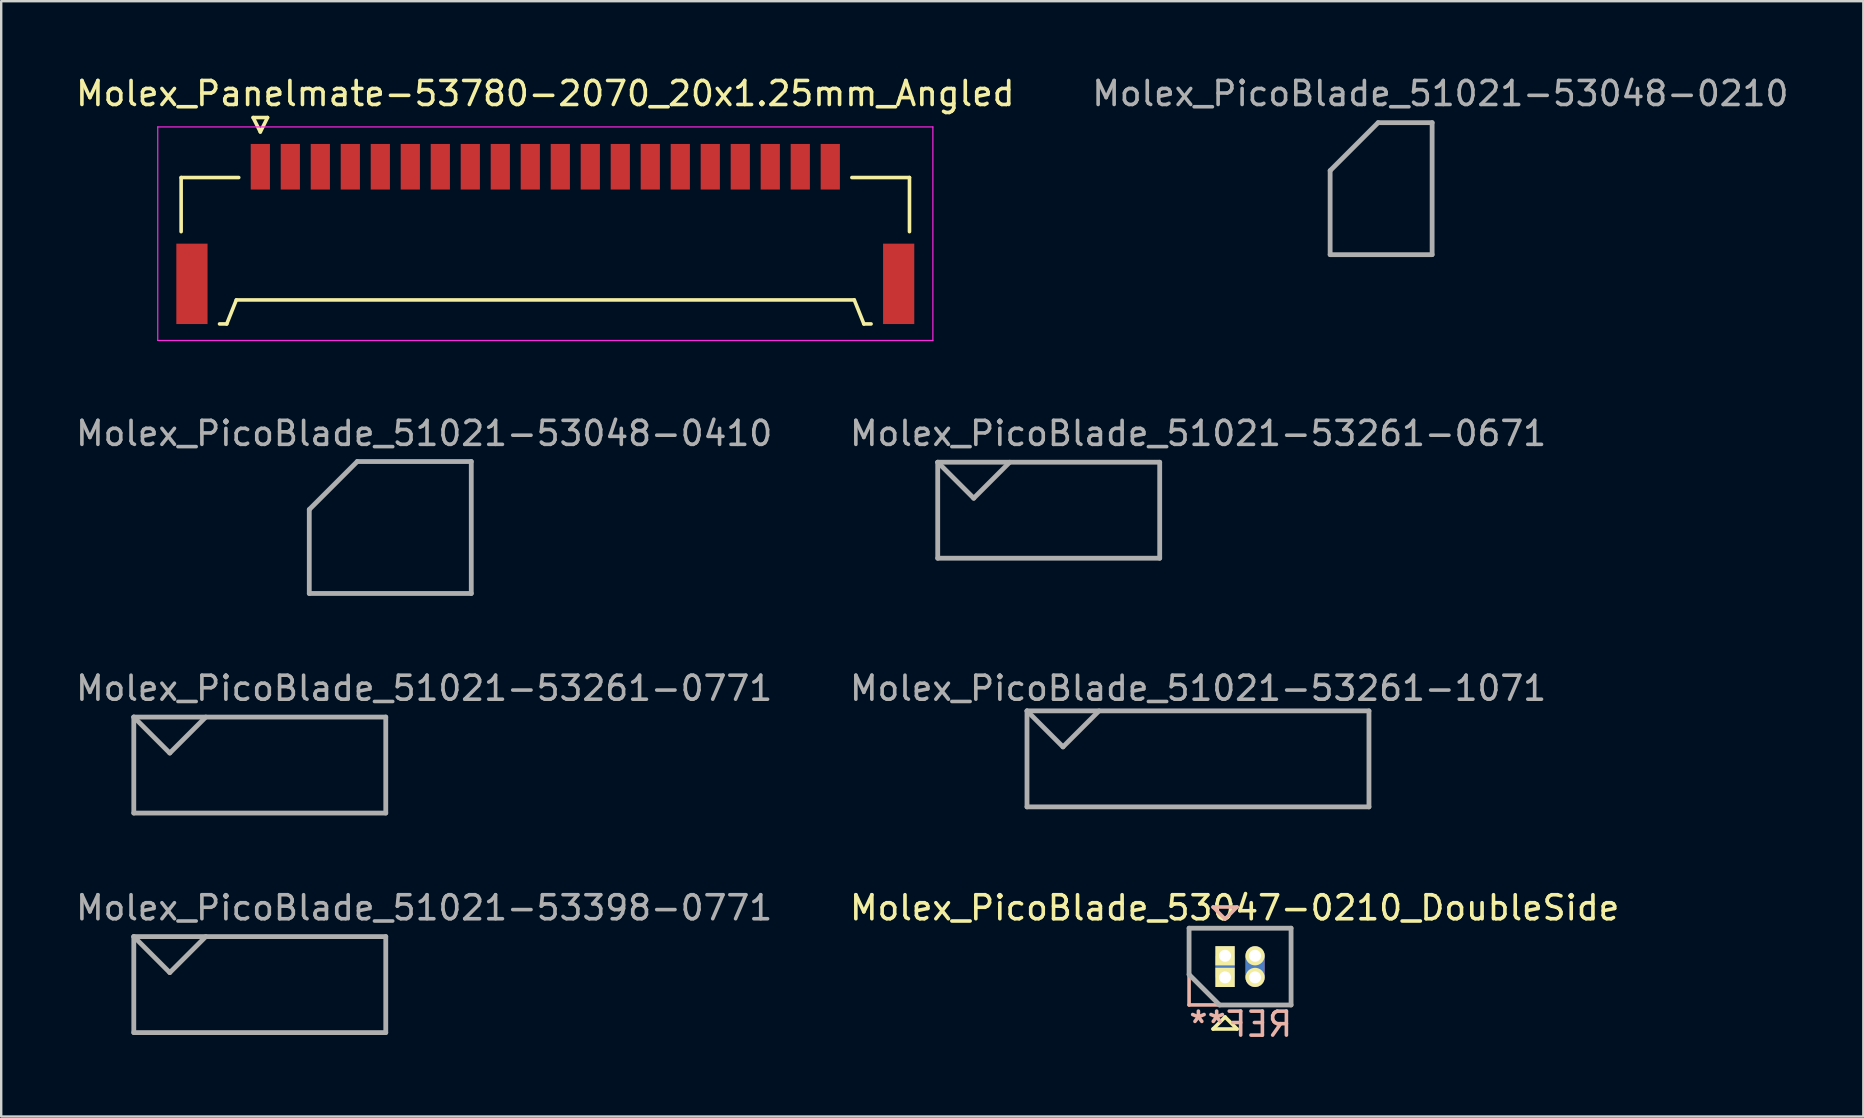
<source format=kicad_pcb>
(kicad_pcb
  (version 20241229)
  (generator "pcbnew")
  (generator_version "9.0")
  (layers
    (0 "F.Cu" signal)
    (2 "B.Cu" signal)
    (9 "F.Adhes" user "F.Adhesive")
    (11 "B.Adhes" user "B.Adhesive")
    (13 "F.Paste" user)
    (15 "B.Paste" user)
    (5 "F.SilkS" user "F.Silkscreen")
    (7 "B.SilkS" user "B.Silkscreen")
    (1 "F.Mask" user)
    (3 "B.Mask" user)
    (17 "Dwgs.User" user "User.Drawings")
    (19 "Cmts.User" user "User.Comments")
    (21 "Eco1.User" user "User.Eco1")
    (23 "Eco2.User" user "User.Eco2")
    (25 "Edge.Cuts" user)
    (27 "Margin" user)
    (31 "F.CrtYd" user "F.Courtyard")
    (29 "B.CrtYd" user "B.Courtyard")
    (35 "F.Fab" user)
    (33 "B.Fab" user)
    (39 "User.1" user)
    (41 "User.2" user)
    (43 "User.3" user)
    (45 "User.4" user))
  (footprint "Molex_Panelmate-53780-2070_20x1.25mm_Angled"
    (layer "F.Cu")
    (at 19.673 6.338)
    (property "Reference" "Molex_Panelmate-53780-2070_20x1.25mm_Angled" (at 0 -5.49 0) (layer "F.SilkS") (effects (font (size 1 1) (thickness 0.15))))
    (attr smd)
    (fp_line (start -15.175 -1.99) (end -15.175 0.265) (stroke (width 0.15) (type solid)) (layer "F.SilkS"))
    (fp_line (start -13.575 4.11) (end -13.275 4.11) (stroke (width 0.15) (type solid)) (layer "F.SilkS"))
    (fp_line (start -13.275 4.11) (end -12.875 3.11) (stroke (width 0.15) (type solid)) (layer "F.SilkS"))
    (fp_line (start -12.875 3.11) (end 12.875 3.11) (stroke (width 0.15) (type solid)) (layer "F.SilkS"))
    (fp_line (start -12.775 -1.99) (end -15.175 -1.99) (stroke (width 0.15) (type solid)) (layer "F.SilkS"))
    (fp_line (start -12.175 -4.49) (end -11.875 -3.89) (stroke (width 0.15) (type solid)) (layer "F.SilkS"))
    (fp_line (start -11.875 -3.89) (end -11.575 -4.49) (stroke (width 0.15) (type solid)) (layer "F.SilkS"))
    (fp_line (start -11.575 -4.49) (end -12.175 -4.49) (stroke (width 0.15) (type solid)) (layer "F.SilkS"))
    (fp_line (start 12.775 -1.99) (end 15.175 -1.99) (stroke (width 0.15) (type solid)) (layer "F.SilkS"))
    (fp_line (start 12.875 3.11) (end 13.275 4.11) (stroke (width 0.15) (type solid)) (layer "F.SilkS"))
    (fp_line (start 13.275 4.11) (end 13.575 4.11) (stroke (width 0.15) (type solid)) (layer "F.SilkS"))
    (fp_line (start 15.175 -1.99) (end 15.175 0.265) (stroke (width 0.15) (type solid)) (layer "F.SilkS"))
    (fp_line (start -16.15 -4.1) (end -16.15 4.8) (stroke (width 0.05) (type solid)) (layer "F.CrtYd"))
    (fp_line (start -16.15 4.8) (end 16.15 4.8) (stroke (width 0.05) (type solid)) (layer "F.CrtYd"))
    (fp_line (start 16.15 -4.1) (end -16.15 -4.1) (stroke (width 0.05) (type solid)) (layer "F.CrtYd"))
    (fp_line (start 16.15 4.8) (end 16.15 -4.1) (stroke (width 0.05) (type solid)) (layer "F.CrtYd"))
    (pad "" smd rect (at -14.725 2.44) (size 1.3 3.35) (layers "F.Cu" "F.Mask" "F.Paste"))
    (pad "" smd rect (at 14.725 2.44) (size 1.3 3.35) (layers "F.Cu" "F.Mask" "F.Paste"))
    (pad "1" smd rect (at -11.875 -2.44) (size 0.8 1.9) (layers "F.Cu" "F.Mask" "F.Paste"))
    (pad "2" smd rect (at -10.625 -2.44) (size 0.8 1.9) (layers "F.Cu" "F.Mask" "F.Paste"))
    (pad "3" smd rect (at -9.375 -2.44) (size 0.8 1.9) (layers "F.Cu" "F.Mask" "F.Paste"))
    (pad "4" smd rect (at -8.125 -2.44) (size 0.8 1.9) (layers "F.Cu" "F.Mask" "F.Paste"))
    (pad "5" smd rect (at -6.875 -2.44) (size 0.8 1.9) (layers "F.Cu" "F.Mask" "F.Paste"))
    (pad "6" smd rect (at -5.625 -2.44) (size 0.8 1.9) (layers "F.Cu" "F.Mask" "F.Paste"))
    (pad "7" smd rect (at -4.375 -2.44) (size 0.8 1.9) (layers "F.Cu" "F.Mask" "F.Paste"))
    (pad "8" smd rect (at -3.125 -2.44) (size 0.8 1.9) (layers "F.Cu" "F.Mask" "F.Paste"))
    (pad "9" smd rect (at -1.875 -2.44) (size 0.8 1.9) (layers "F.Cu" "F.Mask" "F.Paste"))
    (pad "10" smd rect (at -0.625 -2.44) (size 0.8 1.9) (layers "F.Cu" "F.Mask" "F.Paste"))
    (pad "11" smd rect (at 0.625 -2.44) (size 0.8 1.9) (layers "F.Cu" "F.Mask" "F.Paste"))
    (pad "12" smd rect (at 1.875 -2.44) (size 0.8 1.9) (layers "F.Cu" "F.Mask" "F.Paste"))
    (pad "13" smd rect (at 3.125 -2.44) (size 0.8 1.9) (layers "F.Cu" "F.Mask" "F.Paste"))
    (pad "14" smd rect (at 4.375 -2.44) (size 0.8 1.9) (layers "F.Cu" "F.Mask" "F.Paste"))
    (pad "15" smd rect (at 5.625 -2.44) (size 0.8 1.9) (layers "F.Cu" "F.Mask" "F.Paste"))
    (pad "16" smd rect (at 6.875 -2.44) (size 0.8 1.9) (layers "F.Cu" "F.Mask" "F.Paste"))
    (pad "17" smd rect (at 8.125 -2.44) (size 0.8 1.9) (layers "F.Cu" "F.Mask" "F.Paste"))
    (pad "18" smd rect (at 9.375 -2.44) (size 0.8 1.9) (layers "F.Cu" "F.Mask" "F.Paste"))
    (pad "19" smd rect (at 10.625 -2.44) (size 0.8 1.9) (layers "F.Cu" "F.Mask" "F.Paste"))
    (pad "20" smd rect (at 11.875 -2.44) (size 0.8 1.9) (layers "F.Cu" "F.Mask" "F.Paste")))
  (footprint "Molex_PicoBlade_53047-0210_DoubleSide"
    (layer "F.Cu")
    (at 47.999 37.678)
    (property "Reference" "Molex_PicoBlade_53047-0210_DoubleSide" (at 0.4 -2.9 0) (layer "F.SilkS") (effects (font (size 1 1) (thickness 0.15))))
    (attr through_hole)
    (fp_line (start -1.5 -2.05) (end 2.75 -2.05) (stroke (width 0.15) (type solid)) (layer "F.SilkS"))
    (fp_line (start -1.5 -0.12) (end -1.5 -2.05) (stroke (width 0.15) (type solid)) (layer "F.SilkS"))
    (fp_line (start -0.5 2.15) (end 0 1.65) (stroke (width 0.15) (type solid)) (layer "F.SilkS"))
    (fp_line (start 0 1.65) (end 0.5 2.15) (stroke (width 0.15) (type solid)) (layer "F.SilkS"))
    (fp_line (start 0.5 2.15) (end -0.5 2.15) (stroke (width 0.15) (type solid)) (layer "F.SilkS"))
    (fp_line (start 2.75 -2.05) (end 2.75 1.15) (stroke (width 0.15) (type solid)) (layer "F.SilkS"))
    (fp_line (start 2.75 1.15) (end -0.23 1.15) (stroke (width 0.15) (type solid)) (layer "F.SilkS"))
    (fp_line (start -1.5 -0.782) (end -1.5 1.148) (stroke (width 0.15) (type solid)) (layer "B.SilkS"))
    (fp_line (start -1.5 1.148) (end 2.75 1.148) (stroke (width 0.15) (type solid)) (layer "B.SilkS"))
    (fp_line (start -0.5 -2.932) (end 0 -2.432) (stroke (width 0.15) (type solid)) (layer "B.SilkS"))
    (fp_line (start 0 -2.432) (end 0.5 -2.932) (stroke (width 0.15) (type solid)) (layer "B.SilkS"))
    (fp_line (start 0.5 -2.932) (end -0.5 -2.932) (stroke (width 0.15) (type solid)) (layer "B.SilkS"))
    (fp_line (start 2.75 -2.052) (end -0.23 -2.052) (stroke (width 0.15) (type solid)) (layer "B.SilkS"))
    (fp_line (start 2.75 1.148) (end 2.75 -2.052) (stroke (width 0.15) (type solid)) (layer "B.SilkS"))
    (fp_line (start -1.5 -2.05) (end 2.75 -2.05) (stroke (width 0.2) (type solid)) (layer "F.Fab"))
    (fp_line (start -1.5 -0.12) (end -1.5 -2.05) (stroke (width 0.2) (type solid)) (layer "F.Fab"))
    (fp_line (start -0.23 1.15) (end -1.5 -0.12) (stroke (width 0.2) (type solid)) (layer "F.Fab"))
    (fp_line (start 2.75 -2.05) (end 2.75 1.15) (stroke (width 0.2) (type solid)) (layer "F.Fab"))
    (fp_line (start 2.75 1.15) (end -0.23 1.15) (stroke (width 0.2) (type solid)) (layer "F.Fab"))
    (fp_text user "REF**" (at 0.65 1.95 0) (layer "B.SilkS") (effects (font (size 1 1) (thickness 0.15)) (justify mirror)))
    (pad "1" thru_hole rect (at 0 -0.9) (size 0.8 0.8) (drill 0.5) (layers "*.Cu" "*.Mask" "F.SilkS"))
    (pad "1" smd rect (at 0 -0.45) (size 0.8 0.9) (layers "F.Cu"))
    (pad "1" smd rect (at 0 -0.45) (size 0.8 0.9) (layers "B.Cu"))
    (pad "1" thru_hole rect (at 0 0) (size 0.8 0.8) (drill 0.5) (layers "*.Cu" "*.Mask" "F.SilkS"))
    (pad "2" thru_hole oval (at 1.25 -0.9) (size 0.8 0.8) (drill 0.5) (layers "*.Cu" "*.Mask" "F.SilkS"))
    (pad "2" smd rect (at 1.25 -0.45) (size 0.8 0.9) (layers "F.Cu"))
    (pad "2" smd rect (at 1.25 -0.45) (size 0.8 0.9) (layers "B.Cu"))
    (pad "2" thru_hole oval (at 1.25 0) (size 0.8 0.8) (drill 0.5) (layers "*.Cu" "*.Mask" "F.SilkS")))
  (footprint "Molex_PicoBlade_51021-53048-0210"
    (layer "F.Cu")
    (at 53.877 3.111)
    (property "Reference" "Molex_PicoBlade_51021-53048-0210" (at 3.094 -2.263 0) (layer "F.Fab") (effects (font (size 1 1) (thickness 0.15))))
    (attr through_hole)
    (fp_line (start -1.5 0.95) (end -1.5 4.45) (stroke (width 0.2) (type solid)) (layer "F.Fab"))
    (fp_line (start -1.5 4.45) (end 2.75 4.45) (stroke (width 0.2) (type solid)) (layer "F.Fab"))
    (fp_line (start 0.5 -1.05) (end -1.5 0.95) (stroke (width 0.2) (type solid)) (layer "F.Fab"))
    (fp_line (start 2.75 -1.05) (end 0.5 -1.05) (stroke (width 0.2) (type solid)) (layer "F.Fab"))
    (fp_line (start 2.75 4.45) (end 2.75 -1.05) (stroke (width 0.2) (type solid)) (layer "F.Fab")))
  (footprint "Molex_PicoBlade_51021-53261-1071"
    (layer "F.Cu")
    (at 46.87 28.673)
    (property "Reference" "Molex_PicoBlade_51021-53261-1071" (at 0.005 -3.043 0) (layer "F.Fab") (effects (font (size 1 1) (thickness 0.15))))
    (attr smd)
    (fp_line (start -7.125 -2.1) (end -7.125 1.9) (stroke (width 0.2) (type solid)) (layer "F.Fab"))
    (fp_line (start -7.125 -2.1) (end -5.625 -0.6) (stroke (width 0.2) (type solid)) (layer "F.Fab"))
    (fp_line (start -7.125 1.9) (end 7.125 1.9) (stroke (width 0.2) (type solid)) (layer "F.Fab"))
    (fp_line (start -5.625 -0.6) (end -4.125 -2.1) (stroke (width 0.2) (type solid)) (layer "F.Fab"))
    (fp_line (start 7.125 -2.1) (end -7.125 -2.1) (stroke (width 0.2) (type solid)) (layer "F.Fab"))
    (fp_line (start 7.125 1.9) (end 7.125 -2.1) (stroke (width 0.2) (type solid)) (layer "F.Fab")))
  (footprint "Molex_PicoBlade_51021-53261-0671"
    (layer "F.Cu")
    (at 40.65 18.311)
    (property "Reference" "Molex_PicoBlade_51021-53261-0671" (at 6.225 -3.3 0) (layer "F.Fab") (effects (font (size 1 1) (thickness 0.15))))
    (attr smd)
    (fp_line (start -4.625 -2.1) (end -4.625 1.9) (stroke (width 0.2) (type solid)) (layer "F.Fab"))
    (fp_line (start -4.625 -2.1) (end -3.125 -0.6) (stroke (width 0.2) (type solid)) (layer "F.Fab"))
    (fp_line (start -4.625 1.9) (end 4.625 1.9) (stroke (width 0.2) (type solid)) (layer "F.Fab"))
    (fp_line (start -3.125 -0.6) (end -1.625 -2.1) (stroke (width 0.2) (type solid)) (layer "F.Fab"))
    (fp_line (start 4.625 -2.1) (end -4.625 -2.1) (stroke (width 0.2) (type solid)) (layer "F.Fab"))
    (fp_line (start 4.625 1.9) (end 4.625 -2.1) (stroke (width 0.2) (type solid)) (layer "F.Fab")))
  (footprint "Molex_PicoBlade_51021-53398-0771"
    (layer "F.Cu")
    (at 7.775 38.078)
    (property "Reference" "Molex_PicoBlade_51021-53398-0771" (at 6.85 -3.3 0) (layer "F.Fab") (effects (font (size 1 1) (thickness 0.15))))
    (attr smd)
    (fp_line (start -5.25 -2.1) (end -5.25 1.9) (stroke (width 0.2) (type solid)) (layer "F.Fab"))
    (fp_line (start -5.25 -2.1) (end -3.75 -0.6) (stroke (width 0.2) (type solid)) (layer "F.Fab"))
    (fp_line (start -5.25 1.9) (end 5.25 1.9) (stroke (width 0.2) (type solid)) (layer "F.Fab"))
    (fp_line (start -3.75 -0.6) (end -2.25 -2.1) (stroke (width 0.2) (type solid)) (layer "F.Fab"))
    (fp_line (start 5.25 -2.1) (end -5.25 -2.1) (stroke (width 0.2) (type solid)) (layer "F.Fab"))
    (fp_line (start 5.25 1.9) (end 5.25 -2.1) (stroke (width 0.2) (type solid)) (layer "F.Fab")))
  (footprint "Molex_PicoBlade_51021-53261-0771"
    (layer "F.Cu")
    (at 7.775 28.93)
    (property "Reference" "Molex_PicoBlade_51021-53261-0771" (at 6.85 -3.3 0) (layer "F.Fab") (effects (font (size 1 1) (thickness 0.15))))
    (attr smd)
    (fp_line (start -5.25 -2.1) (end -5.25 1.9) (stroke (width 0.2) (type solid)) (layer "F.Fab"))
    (fp_line (start -5.25 -2.1) (end -3.75 -0.6) (stroke (width 0.2) (type solid)) (layer "F.Fab"))
    (fp_line (start -5.25 1.9) (end 5.25 1.9) (stroke (width 0.2) (type solid)) (layer "F.Fab"))
    (fp_line (start -3.75 -0.6) (end -2.25 -2.1) (stroke (width 0.2) (type solid)) (layer "F.Fab"))
    (fp_line (start 5.25 -2.1) (end -5.25 -2.1) (stroke (width 0.2) (type solid)) (layer "F.Fab"))
    (fp_line (start 5.25 1.9) (end 5.25 -2.1) (stroke (width 0.2) (type solid)) (layer "F.Fab")))
  (footprint "Molex_PicoBlade_51021-53048-0410"
    (layer "F.Cu")
    (at 11.338 17.231)
    (property "Reference" "Molex_PicoBlade_51021-53048-0410" (at 3.287 -2.22 0) (layer "F.Fab") (effects (font (size 1 1) (thickness 0.15))))
    (attr through_hole)
    (fp_line (start -1.5 0.95) (end -1.5 4.45) (stroke (width 0.2) (type solid)) (layer "F.Fab"))
    (fp_line (start -1.5 4.45) (end 5.25 4.45) (stroke (width 0.2) (type solid)) (layer "F.Fab"))
    (fp_line (start 0.5 -1.05) (end -1.5 0.95) (stroke (width 0.2) (type solid)) (layer "F.Fab"))
    (fp_line (start 5.25 -1.05) (end 0.5 -1.05) (stroke (width 0.2) (type solid)) (layer "F.Fab"))
    (fp_line (start 5.25 4.45) (end 5.25 -1.05) (stroke (width 0.2) (type solid)) (layer "F.Fab")))
  (gr_rect
    (start -3 -3)
    (end 74.595 43.476)
    (stroke (width 0.1) (type default))
    (fill no)
    (layer "Edge.Cuts")))
</source>
